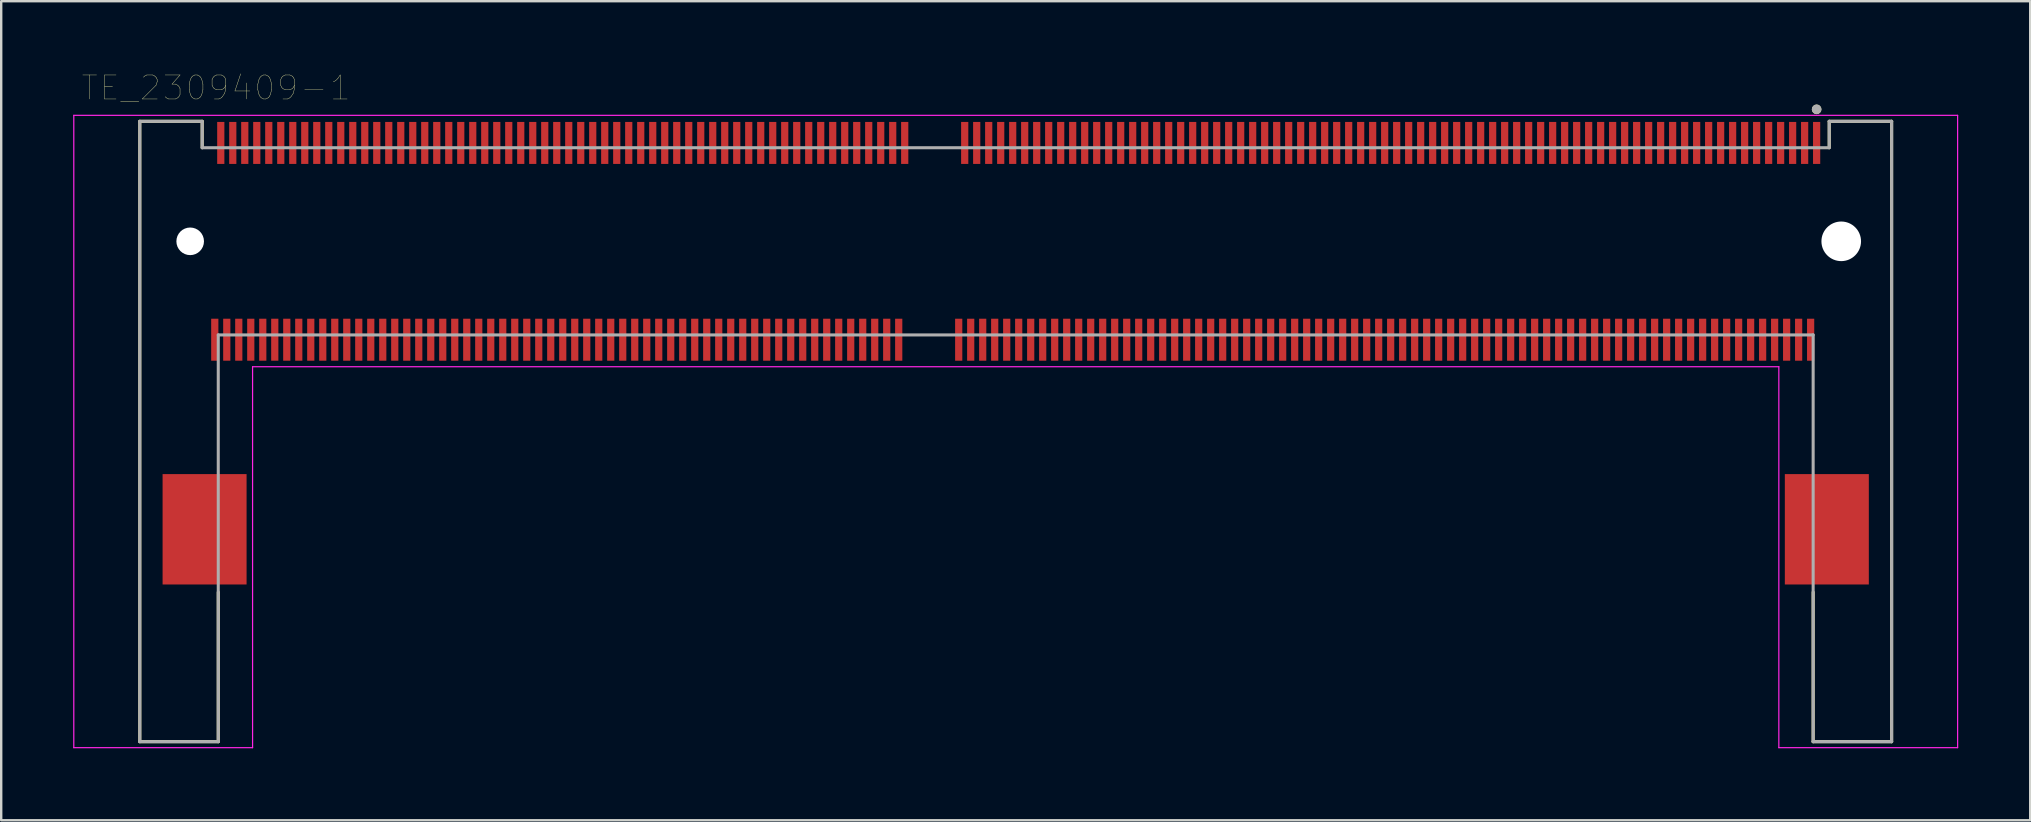
<source format=kicad_pcb>
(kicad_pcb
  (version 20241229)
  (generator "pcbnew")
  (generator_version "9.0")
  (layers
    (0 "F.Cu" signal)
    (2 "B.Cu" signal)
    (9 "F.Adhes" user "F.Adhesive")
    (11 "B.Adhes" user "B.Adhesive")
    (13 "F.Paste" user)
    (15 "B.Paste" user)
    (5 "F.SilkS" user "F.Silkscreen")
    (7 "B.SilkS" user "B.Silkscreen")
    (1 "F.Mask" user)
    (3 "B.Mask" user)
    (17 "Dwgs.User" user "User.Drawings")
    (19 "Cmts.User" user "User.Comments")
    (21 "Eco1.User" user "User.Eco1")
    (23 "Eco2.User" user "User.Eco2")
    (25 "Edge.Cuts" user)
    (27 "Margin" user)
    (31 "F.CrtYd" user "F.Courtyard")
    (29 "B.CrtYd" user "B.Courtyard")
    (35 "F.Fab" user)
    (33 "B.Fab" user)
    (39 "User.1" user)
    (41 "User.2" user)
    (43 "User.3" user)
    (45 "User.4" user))
  (footprint "TE_2309409-1"
    (layer "F.Cu")
    (at 35.775 7.006)
    (property "Reference" "TE_2309409-1" (at -29.821 -6.394 0) (layer "F.SilkS") (effects (font (size 1.001 1.001) (thickness 0.015))))
    (attr through_hole)
    (fp_line (start -33 -5) (end -33 20.85) (stroke (width 0.127) (type solid)) (layer "F.SilkS"))
    (fp_line (start -33 20.85) (end -29.73 20.85) (stroke (width 0.127) (type solid)) (layer "F.SilkS"))
    (fp_line (start -30.4 -5) (end -33 -5) (stroke (width 0.127) (type solid)) (layer "F.SilkS"))
    (fp_line (start -30.4 -3.9) (end -30.4 -5) (stroke (width 0.127) (type solid)) (layer "F.SilkS"))
    (fp_line (start -29.73 20.85) (end -29.73 14.62) (stroke (width 0.127) (type solid)) (layer "F.SilkS"))
    (fp_line (start 36.73 20.85) (end 36.73 14.62) (stroke (width 0.127) (type solid)) (layer "F.SilkS"))
    (fp_line (start 37.4 -5) (end 40 -5) (stroke (width 0.127) (type solid)) (layer "F.SilkS"))
    (fp_line (start 37.4 -3.9) (end 37.4 -5) (stroke (width 0.127) (type solid)) (layer "F.SilkS"))
    (fp_line (start 40 -5) (end 40 20.85) (stroke (width 0.127) (type solid)) (layer "F.SilkS"))
    (fp_line (start 40 20.85) (end 36.73 20.85) (stroke (width 0.127) (type solid)) (layer "F.SilkS"))
    (fp_circle (center 36.875 -5.5) (end 36.975 -5.5) (stroke (width 0.2) (type solid)) (fill no) (layer "F.SilkS"))
    (fp_line (start -35.75 -5.25) (end 42.75 -5.25) (stroke (width 0.05) (type solid)) (layer "F.CrtYd"))
    (fp_line (start -35.75 21.1) (end -35.75 -5.25) (stroke (width 0.05) (type solid)) (layer "F.CrtYd"))
    (fp_line (start -28.3 5.225) (end -28.3 21.1) (stroke (width 0.05) (type solid)) (layer "F.CrtYd"))
    (fp_line (start -28.3 21.1) (end -35.75 21.1) (stroke (width 0.05) (type solid)) (layer "F.CrtYd"))
    (fp_line (start 35.3 5.225) (end -28.3 5.225) (stroke (width 0.05) (type solid)) (layer "F.CrtYd"))
    (fp_line (start 35.3 21.1) (end 35.3 5.225) (stroke (width 0.05) (type solid)) (layer "F.CrtYd"))
    (fp_line (start 42.75 -5.25) (end 42.75 21.1) (stroke (width 0.05) (type solid)) (layer "F.CrtYd"))
    (fp_line (start 42.75 21.1) (end 35.3 21.1) (stroke (width 0.05) (type solid)) (layer "F.CrtYd"))
    (fp_line (start -33 -5) (end -33 20.85) (stroke (width 0.127) (type solid)) (layer "F.Fab"))
    (fp_line (start -33 -5) (end -30.4 -5) (stroke (width 0.127) (type solid)) (layer "F.Fab"))
    (fp_line (start -33 20.85) (end -29.73 20.85) (stroke (width 0.127) (type solid)) (layer "F.Fab"))
    (fp_line (start -30.4 -5) (end -30.4 -3.9) (stroke (width 0.127) (type solid)) (layer "F.Fab"))
    (fp_line (start -30.4 -3.9) (end 37.4 -3.9) (stroke (width 0.127) (type solid)) (layer "F.Fab"))
    (fp_line (start -29.73 3.9) (end 36.73 3.9) (stroke (width 0.127) (type solid)) (layer "F.Fab"))
    (fp_line (start -29.73 20.85) (end -29.73 3.9) (stroke (width 0.127) (type solid)) (layer "F.Fab"))
    (fp_line (start 36.73 3.9) (end 36.73 20.85) (stroke (width 0.127) (type solid)) (layer "F.Fab"))
    (fp_line (start 36.73 20.85) (end 40 20.85) (stroke (width 0.127) (type solid)) (layer "F.Fab"))
    (fp_line (start 37.4 -5) (end 40 -5) (stroke (width 0.127) (type solid)) (layer "F.Fab"))
    (fp_line (start 37.4 -3.9) (end 37.4 -5) (stroke (width 0.127) (type solid)) (layer "F.Fab"))
    (fp_line (start 40 20.85) (end 40 -5) (stroke (width 0.127) (type solid)) (layer "F.Fab"))
    (fp_circle (center 36.875 -5.5) (end 36.975 -5.5) (stroke (width 0.2) (type solid)) (fill no) (layer "F.Fab"))
    (pad "" np_thru_hole circle (at -30.9 0) (size 1.15 1.15) (drill 1.15) (layers "*.Cu" "*.Mask"))
    (pad "" np_thru_hole circle (at 37.9 0) (size 1.65 1.65) (drill 1.65) (layers "*.Cu" "*.Mask"))
    (pad "1" smd rect (at 36.875 -4.1) (size 0.3 1.75) (layers "F.Cu" "F.Mask" "F.Paste"))
    (pad "2" smd rect (at 36.625 4.1) (size 0.3 1.75) (layers "F.Cu" "F.Mask" "F.Paste"))
    (pad "3" smd rect (at 36.375 -4.1) (size 0.3 1.75) (layers "F.Cu" "F.Mask" "F.Paste"))
    (pad "4" smd rect (at 36.125 4.1) (size 0.3 1.75) (layers "F.Cu" "F.Mask" "F.Paste"))
    (pad "5" smd rect (at 35.875 -4.1) (size 0.3 1.75) (layers "F.Cu" "F.Mask" "F.Paste"))
    (pad "6" smd rect (at 35.625 4.1) (size 0.3 1.75) (layers "F.Cu" "F.Mask" "F.Paste"))
    (pad "7" smd rect (at 35.375 -4.1) (size 0.3 1.75) (layers "F.Cu" "F.Mask" "F.Paste"))
    (pad "8" smd rect (at 35.125 4.1) (size 0.3 1.75) (layers "F.Cu" "F.Mask" "F.Paste"))
    (pad "9" smd rect (at 34.875 -4.1) (size 0.3 1.75) (layers "F.Cu" "F.Mask" "F.Paste"))
    (pad "10" smd rect (at 34.625 4.1) (size 0.3 1.75) (layers "F.Cu" "F.Mask" "F.Paste"))
    (pad "11" smd rect (at 34.375 -4.1) (size 0.3 1.75) (layers "F.Cu" "F.Mask" "F.Paste"))
    (pad "12" smd rect (at 34.125 4.1) (size 0.3 1.75) (layers "F.Cu" "F.Mask" "F.Paste"))
    (pad "13" smd rect (at 33.875 -4.1) (size 0.3 1.75) (layers "F.Cu" "F.Mask" "F.Paste"))
    (pad "14" smd rect (at 33.625 4.1) (size 0.3 1.75) (layers "F.Cu" "F.Mask" "F.Paste"))
    (pad "15" smd rect (at 33.375 -4.1) (size 0.3 1.75) (layers "F.Cu" "F.Mask" "F.Paste"))
    (pad "16" smd rect (at 33.125 4.1) (size 0.3 1.75) (layers "F.Cu" "F.Mask" "F.Paste"))
    (pad "17" smd rect (at 32.875 -4.1) (size 0.3 1.75) (layers "F.Cu" "F.Mask" "F.Paste"))
    (pad "18" smd rect (at 32.625 4.1) (size 0.3 1.75) (layers "F.Cu" "F.Mask" "F.Paste"))
    (pad "19" smd rect (at 32.375 -4.1) (size 0.3 1.75) (layers "F.Cu" "F.Mask" "F.Paste"))
    (pad "20" smd rect (at 32.125 4.1) (size 0.3 1.75) (layers "F.Cu" "F.Mask" "F.Paste"))
    (pad "21" smd rect (at 31.875 -4.1) (size 0.3 1.75) (layers "F.Cu" "F.Mask" "F.Paste"))
    (pad "22" smd rect (at 31.625 4.1) (size 0.3 1.75) (layers "F.Cu" "F.Mask" "F.Paste"))
    (pad "23" smd rect (at 31.375 -4.1) (size 0.3 1.75) (layers "F.Cu" "F.Mask" "F.Paste"))
    (pad "24" smd rect (at 31.125 4.1) (size 0.3 1.75) (layers "F.Cu" "F.Mask" "F.Paste"))
    (pad "25" smd rect (at 30.875 -4.1) (size 0.3 1.75) (layers "F.Cu" "F.Mask" "F.Paste"))
    (pad "26" smd rect (at 30.625 4.1) (size 0.3 1.75) (layers "F.Cu" "F.Mask" "F.Paste"))
    (pad "27" smd rect (at 30.375 -4.1) (size 0.3 1.75) (layers "F.Cu" "F.Mask" "F.Paste"))
    (pad "28" smd rect (at 30.125 4.1) (size 0.3 1.75) (layers "F.Cu" "F.Mask" "F.Paste"))
    (pad "29" smd rect (at 29.875 -4.1) (size 0.3 1.75) (layers "F.Cu" "F.Mask" "F.Paste"))
    (pad "30" smd rect (at 29.625 4.1) (size 0.3 1.75) (layers "F.Cu" "F.Mask" "F.Paste"))
    (pad "31" smd rect (at 29.375 -4.1) (size 0.3 1.75) (layers "F.Cu" "F.Mask" "F.Paste"))
    (pad "32" smd rect (at 29.125 4.1) (size 0.3 1.75) (layers "F.Cu" "F.Mask" "F.Paste"))
    (pad "33" smd rect (at 28.875 -4.1) (size 0.3 1.75) (layers "F.Cu" "F.Mask" "F.Paste"))
    (pad "34" smd rect (at 28.625 4.1) (size 0.3 1.75) (layers "F.Cu" "F.Mask" "F.Paste"))
    (pad "35" smd rect (at 28.375 -4.1) (size 0.3 1.75) (layers "F.Cu" "F.Mask" "F.Paste"))
    (pad "36" smd rect (at 28.125 4.1) (size 0.3 1.75) (layers "F.Cu" "F.Mask" "F.Paste"))
    (pad "37" smd rect (at 27.875 -4.1) (size 0.3 1.75) (layers "F.Cu" "F.Mask" "F.Paste"))
    (pad "38" smd rect (at 27.625 4.1) (size 0.3 1.75) (layers "F.Cu" "F.Mask" "F.Paste"))
    (pad "39" smd rect (at 27.375 -4.1) (size 0.3 1.75) (layers "F.Cu" "F.Mask" "F.Paste"))
    (pad "40" smd rect (at 27.125 4.1) (size 0.3 1.75) (layers "F.Cu" "F.Mask" "F.Paste"))
    (pad "41" smd rect (at 26.875 -4.1) (size 0.3 1.75) (layers "F.Cu" "F.Mask" "F.Paste"))
    (pad "42" smd rect (at 26.625 4.1) (size 0.3 1.75) (layers "F.Cu" "F.Mask" "F.Paste"))
    (pad "43" smd rect (at 26.375 -4.1) (size 0.3 1.75) (layers "F.Cu" "F.Mask" "F.Paste"))
    (pad "44" smd rect (at 26.125 4.1) (size 0.3 1.75) (layers "F.Cu" "F.Mask" "F.Paste"))
    (pad "45" smd rect (at 25.875 -4.1) (size 0.3 1.75) (layers "F.Cu" "F.Mask" "F.Paste"))
    (pad "46" smd rect (at 25.625 4.1) (size 0.3 1.75) (layers "F.Cu" "F.Mask" "F.Paste"))
    (pad "47" smd rect (at 25.375 -4.1) (size 0.3 1.75) (layers "F.Cu" "F.Mask" "F.Paste"))
    (pad "48" smd rect (at 25.125 4.1) (size 0.3 1.75) (layers "F.Cu" "F.Mask" "F.Paste"))
    (pad "49" smd rect (at 24.875 -4.1) (size 0.3 1.75) (layers "F.Cu" "F.Mask" "F.Paste"))
    (pad "50" smd rect (at 24.625 4.1) (size 0.3 1.75) (layers "F.Cu" "F.Mask" "F.Paste"))
    (pad "51" smd rect (at 24.375 -4.1) (size 0.3 1.75) (layers "F.Cu" "F.Mask" "F.Paste"))
    (pad "52" smd rect (at 24.125 4.1) (size 0.3 1.75) (layers "F.Cu" "F.Mask" "F.Paste"))
    (pad "53" smd rect (at 23.875 -4.1) (size 0.3 1.75) (layers "F.Cu" "F.Mask" "F.Paste"))
    (pad "54" smd rect (at 23.625 4.1) (size 0.3 1.75) (layers "F.Cu" "F.Mask" "F.Paste"))
    (pad "55" smd rect (at 23.375 -4.1) (size 0.3 1.75) (layers "F.Cu" "F.Mask" "F.Paste"))
    (pad "56" smd rect (at 23.125 4.1) (size 0.3 1.75) (layers "F.Cu" "F.Mask" "F.Paste"))
    (pad "57" smd rect (at 22.875 -4.1) (size 0.3 1.75) (layers "F.Cu" "F.Mask" "F.Paste"))
    (pad "58" smd rect (at 22.625 4.1) (size 0.3 1.75) (layers "F.Cu" "F.Mask" "F.Paste"))
    (pad "59" smd rect (at 22.375 -4.1) (size 0.3 1.75) (layers "F.Cu" "F.Mask" "F.Paste"))
    (pad "60" smd rect (at 22.125 4.1) (size 0.3 1.75) (layers "F.Cu" "F.Mask" "F.Paste"))
    (pad "61" smd rect (at 21.875 -4.1) (size 0.3 1.75) (layers "F.Cu" "F.Mask" "F.Paste"))
    (pad "62" smd rect (at 21.625 4.1) (size 0.3 1.75) (layers "F.Cu" "F.Mask" "F.Paste"))
    (pad "63" smd rect (at 21.375 -4.1) (size 0.3 1.75) (layers "F.Cu" "F.Mask" "F.Paste"))
    (pad "64" smd rect (at 21.125 4.1) (size 0.3 1.75) (layers "F.Cu" "F.Mask" "F.Paste"))
    (pad "65" smd rect (at 20.875 -4.1) (size 0.3 1.75) (layers "F.Cu" "F.Mask" "F.Paste"))
    (pad "66" smd rect (at 20.625 4.1) (size 0.3 1.75) (layers "F.Cu" "F.Mask" "F.Paste"))
    (pad "67" smd rect (at 20.375 -4.1) (size 0.3 1.75) (layers "F.Cu" "F.Mask" "F.Paste"))
    (pad "68" smd rect (at 20.125 4.1) (size 0.3 1.75) (layers "F.Cu" "F.Mask" "F.Paste"))
    (pad "69" smd rect (at 19.875 -4.1) (size 0.3 1.75) (layers "F.Cu" "F.Mask" "F.Paste"))
    (pad "70" smd rect (at 19.625 4.1) (size 0.3 1.75) (layers "F.Cu" "F.Mask" "F.Paste"))
    (pad "71" smd rect (at 19.375 -4.1) (size 0.3 1.75) (layers "F.Cu" "F.Mask" "F.Paste"))
    (pad "72" smd rect (at 19.125 4.1) (size 0.3 1.75) (layers "F.Cu" "F.Mask" "F.Paste"))
    (pad "73" smd rect (at 18.875 -4.1) (size 0.3 1.75) (layers "F.Cu" "F.Mask" "F.Paste"))
    (pad "74" smd rect (at 18.625 4.1) (size 0.3 1.75) (layers "F.Cu" "F.Mask" "F.Paste"))
    (pad "75" smd rect (at 18.375 -4.1) (size 0.3 1.75) (layers "F.Cu" "F.Mask" "F.Paste"))
    (pad "76" smd rect (at 18.125 4.1) (size 0.3 1.75) (layers "F.Cu" "F.Mask" "F.Paste"))
    (pad "77" smd rect (at 17.875 -4.1) (size 0.3 1.75) (layers "F.Cu" "F.Mask" "F.Paste"))
    (pad "78" smd rect (at 17.625 4.1) (size 0.3 1.75) (layers "F.Cu" "F.Mask" "F.Paste"))
    (pad "79" smd rect (at 17.375 -4.1) (size 0.3 1.75) (layers "F.Cu" "F.Mask" "F.Paste"))
    (pad "80" smd rect (at 17.125 4.1) (size 0.3 1.75) (layers "F.Cu" "F.Mask" "F.Paste"))
    (pad "81" smd rect (at 16.875 -4.1) (size 0.3 1.75) (layers "F.Cu" "F.Mask" "F.Paste"))
    (pad "82" smd rect (at 16.625 4.1) (size 0.3 1.75) (layers "F.Cu" "F.Mask" "F.Paste"))
    (pad "83" smd rect (at 16.375 -4.1) (size 0.3 1.75) (layers "F.Cu" "F.Mask" "F.Paste"))
    (pad "84" smd rect (at 16.125 4.1) (size 0.3 1.75) (layers "F.Cu" "F.Mask" "F.Paste"))
    (pad "85" smd rect (at 15.875 -4.1) (size 0.3 1.75) (layers "F.Cu" "F.Mask" "F.Paste"))
    (pad "86" smd rect (at 15.625 4.1) (size 0.3 1.75) (layers "F.Cu" "F.Mask" "F.Paste"))
    (pad "87" smd rect (at 15.375 -4.1) (size 0.3 1.75) (layers "F.Cu" "F.Mask" "F.Paste"))
    (pad "88" smd rect (at 15.125 4.1) (size 0.3 1.75) (layers "F.Cu" "F.Mask" "F.Paste"))
    (pad "89" smd rect (at 14.875 -4.1) (size 0.3 1.75) (layers "F.Cu" "F.Mask" "F.Paste"))
    (pad "90" smd rect (at 14.625 4.1) (size 0.3 1.75) (layers "F.Cu" "F.Mask" "F.Paste"))
    (pad "91" smd rect (at 14.375 -4.1) (size 0.3 1.75) (layers "F.Cu" "F.Mask" "F.Paste"))
    (pad "92" smd rect (at 14.125 4.1) (size 0.3 1.75) (layers "F.Cu" "F.Mask" "F.Paste"))
    (pad "93" smd rect (at 13.875 -4.1) (size 0.3 1.75) (layers "F.Cu" "F.Mask" "F.Paste"))
    (pad "94" smd rect (at 13.625 4.1) (size 0.3 1.75) (layers "F.Cu" "F.Mask" "F.Paste"))
    (pad "95" smd rect (at 13.375 -4.1) (size 0.3 1.75) (layers "F.Cu" "F.Mask" "F.Paste"))
    (pad "96" smd rect (at 13.125 4.1) (size 0.3 1.75) (layers "F.Cu" "F.Mask" "F.Paste"))
    (pad "97" smd rect (at 12.875 -4.1) (size 0.3 1.75) (layers "F.Cu" "F.Mask" "F.Paste"))
    (pad "98" smd rect (at 12.625 4.1) (size 0.3 1.75) (layers "F.Cu" "F.Mask" "F.Paste"))
    (pad "99" smd rect (at 12.375 -4.1) (size 0.3 1.75) (layers "F.Cu" "F.Mask" "F.Paste"))
    (pad "100" smd rect (at 12.125 4.1) (size 0.3 1.75) (layers "F.Cu" "F.Mask" "F.Paste"))
    (pad "101" smd rect (at 11.875 -4.1) (size 0.3 1.75) (layers "F.Cu" "F.Mask" "F.Paste"))
    (pad "102" smd rect (at 11.625 4.1) (size 0.3 1.75) (layers "F.Cu" "F.Mask" "F.Paste"))
    (pad "103" smd rect (at 11.375 -4.1) (size 0.3 1.75) (layers "F.Cu" "F.Mask" "F.Paste"))
    (pad "104" smd rect (at 11.125 4.1) (size 0.3 1.75) (layers "F.Cu" "F.Mask" "F.Paste"))
    (pad "105" smd rect (at 10.875 -4.1) (size 0.3 1.75) (layers "F.Cu" "F.Mask" "F.Paste"))
    (pad "106" smd rect (at 10.625 4.1) (size 0.3 1.75) (layers "F.Cu" "F.Mask" "F.Paste"))
    (pad "107" smd rect (at 10.375 -4.1) (size 0.3 1.75) (layers "F.Cu" "F.Mask" "F.Paste"))
    (pad "108" smd rect (at 10.125 4.1) (size 0.3 1.75) (layers "F.Cu" "F.Mask" "F.Paste"))
    (pad "109" smd rect (at 9.875 -4.1) (size 0.3 1.75) (layers "F.Cu" "F.Mask" "F.Paste"))
    (pad "110" smd rect (at 9.625 4.1) (size 0.3 1.75) (layers "F.Cu" "F.Mask" "F.Paste"))
    (pad "111" smd rect (at 9.375 -4.1) (size 0.3 1.75) (layers "F.Cu" "F.Mask" "F.Paste"))
    (pad "112" smd rect (at 9.125 4.1) (size 0.3 1.75) (layers "F.Cu" "F.Mask" "F.Paste"))
    (pad "113" smd rect (at 8.875 -4.1) (size 0.3 1.75) (layers "F.Cu" "F.Mask" "F.Paste"))
    (pad "114" smd rect (at 8.625 4.1) (size 0.3 1.75) (layers "F.Cu" "F.Mask" "F.Paste"))
    (pad "115" smd rect (at 8.375 -4.1) (size 0.3 1.75) (layers "F.Cu" "F.Mask" "F.Paste"))
    (pad "116" smd rect (at 8.125 4.1) (size 0.3 1.75) (layers "F.Cu" "F.Mask" "F.Paste"))
    (pad "117" smd rect (at 7.875 -4.1) (size 0.3 1.75) (layers "F.Cu" "F.Mask" "F.Paste"))
    (pad "118" smd rect (at 7.625 4.1) (size 0.3 1.75) (layers "F.Cu" "F.Mask" "F.Paste"))
    (pad "119" smd rect (at 7.375 -4.1) (size 0.3 1.75) (layers "F.Cu" "F.Mask" "F.Paste"))
    (pad "120" smd rect (at 7.125 4.1) (size 0.3 1.75) (layers "F.Cu" "F.Mask" "F.Paste"))
    (pad "121" smd rect (at 6.875 -4.1) (size 0.3 1.75) (layers "F.Cu" "F.Mask" "F.Paste"))
    (pad "122" smd rect (at 6.625 4.1) (size 0.3 1.75) (layers "F.Cu" "F.Mask" "F.Paste"))
    (pad "123" smd rect (at 6.375 -4.1) (size 0.3 1.75) (layers "F.Cu" "F.Mask" "F.Paste"))
    (pad "124" smd rect (at 6.125 4.1) (size 0.3 1.75) (layers "F.Cu" "F.Mask" "F.Paste"))
    (pad "125" smd rect (at 5.875 -4.1) (size 0.3 1.75) (layers "F.Cu" "F.Mask" "F.Paste"))
    (pad "126" smd rect (at 5.625 4.1) (size 0.3 1.75) (layers "F.Cu" "F.Mask" "F.Paste"))
    (pad "127" smd rect (at 5.375 -4.1) (size 0.3 1.75) (layers "F.Cu" "F.Mask" "F.Paste"))
    (pad "128" smd rect (at 5.125 4.1) (size 0.3 1.75) (layers "F.Cu" "F.Mask" "F.Paste"))
    (pad "129" smd rect (at 4.875 -4.1) (size 0.3 1.75) (layers "F.Cu" "F.Mask" "F.Paste"))
    (pad "130" smd rect (at 4.625 4.1) (size 0.3 1.75) (layers "F.Cu" "F.Mask" "F.Paste"))
    (pad "131" smd rect (at 4.375 -4.1) (size 0.3 1.75) (layers "F.Cu" "F.Mask" "F.Paste"))
    (pad "132" smd rect (at 4.125 4.1) (size 0.3 1.75) (layers "F.Cu" "F.Mask" "F.Paste"))
    (pad "133" smd rect (at 3.875 -4.1) (size 0.3 1.75) (layers "F.Cu" "F.Mask" "F.Paste"))
    (pad "134" smd rect (at 3.625 4.1) (size 0.3 1.75) (layers "F.Cu" "F.Mask" "F.Paste"))
    (pad "135" smd rect (at 3.375 -4.1) (size 0.3 1.75) (layers "F.Cu" "F.Mask" "F.Paste"))
    (pad "136" smd rect (at 3.125 4.1) (size 0.3 1.75) (layers "F.Cu" "F.Mask" "F.Paste"))
    (pad "137" smd rect (at 2.875 -4.1) (size 0.3 1.75) (layers "F.Cu" "F.Mask" "F.Paste"))
    (pad "138" smd rect (at 2.625 4.1) (size 0.3 1.75) (layers "F.Cu" "F.Mask" "F.Paste"))
    (pad "139" smd rect (at 2.375 -4.1) (size 0.3 1.75) (layers "F.Cu" "F.Mask" "F.Paste"))
    (pad "140" smd rect (at 2.125 4.1) (size 0.3 1.75) (layers "F.Cu" "F.Mask" "F.Paste"))
    (pad "141" smd rect (at 1.875 -4.1) (size 0.3 1.75) (layers "F.Cu" "F.Mask" "F.Paste"))
    (pad "142" smd rect (at 1.625 4.1) (size 0.3 1.75) (layers "F.Cu" "F.Mask" "F.Paste"))
    (pad "143" smd rect (at 1.375 -4.1) (size 0.3 1.75) (layers "F.Cu" "F.Mask" "F.Paste"))
    (pad "144" smd rect (at 1.125 4.1) (size 0.3 1.75) (layers "F.Cu" "F.Mask" "F.Paste"))
    (pad "145" smd rect (at -1.125 -4.1) (size 0.3 1.75) (layers "F.Cu" "F.Mask" "F.Paste"))
    (pad "146" smd rect (at -1.375 4.1) (size 0.3 1.75) (layers "F.Cu" "F.Mask" "F.Paste"))
    (pad "147" smd rect (at -1.625 -4.1) (size 0.3 1.75) (layers "F.Cu" "F.Mask" "F.Paste"))
    (pad "148" smd rect (at -1.875 4.1) (size 0.3 1.75) (layers "F.Cu" "F.Mask" "F.Paste"))
    (pad "149" smd rect (at -2.125 -4.1) (size 0.3 1.75) (layers "F.Cu" "F.Mask" "F.Paste"))
    (pad "150" smd rect (at -2.375 4.1) (size 0.3 1.75) (layers "F.Cu" "F.Mask" "F.Paste"))
    (pad "151" smd rect (at -2.625 -4.1) (size 0.3 1.75) (layers "F.Cu" "F.Mask" "F.Paste"))
    (pad "152" smd rect (at -2.875 4.1) (size 0.3 1.75) (layers "F.Cu" "F.Mask" "F.Paste"))
    (pad "153" smd rect (at -3.125 -4.1) (size 0.3 1.75) (layers "F.Cu" "F.Mask" "F.Paste"))
    (pad "154" smd rect (at -3.375 4.1) (size 0.3 1.75) (layers "F.Cu" "F.Mask" "F.Paste"))
    (pad "155" smd rect (at -3.625 -4.1) (size 0.3 1.75) (layers "F.Cu" "F.Mask" "F.Paste"))
    (pad "156" smd rect (at -3.875 4.1) (size 0.3 1.75) (layers "F.Cu" "F.Mask" "F.Paste"))
    (pad "157" smd rect (at -4.125 -4.1) (size 0.3 1.75) (layers "F.Cu" "F.Mask" "F.Paste"))
    (pad "158" smd rect (at -4.375 4.1) (size 0.3 1.75) (layers "F.Cu" "F.Mask" "F.Paste"))
    (pad "159" smd rect (at -4.625 -4.1) (size 0.3 1.75) (layers "F.Cu" "F.Mask" "F.Paste"))
    (pad "160" smd rect (at -4.875 4.1) (size 0.3 1.75) (layers "F.Cu" "F.Mask" "F.Paste"))
    (pad "161" smd rect (at -5.125 -4.1) (size 0.3 1.75) (layers "F.Cu" "F.Mask" "F.Paste"))
    (pad "162" smd rect (at -5.375 4.1) (size 0.3 1.75) (layers "F.Cu" "F.Mask" "F.Paste"))
    (pad "163" smd rect (at -5.625 -4.1) (size 0.3 1.75) (layers "F.Cu" "F.Mask" "F.Paste"))
    (pad "164" smd rect (at -5.875 4.1) (size 0.3 1.75) (layers "F.Cu" "F.Mask" "F.Paste"))
    (pad "165" smd rect (at -6.125 -4.1) (size 0.3 1.75) (layers "F.Cu" "F.Mask" "F.Paste"))
    (pad "166" smd rect (at -6.375 4.1) (size 0.3 1.75) (layers "F.Cu" "F.Mask" "F.Paste"))
    (pad "167" smd rect (at -6.625 -4.1) (size 0.3 1.75) (layers "F.Cu" "F.Mask" "F.Paste"))
    (pad "168" smd rect (at -6.875 4.1) (size 0.3 1.75) (layers "F.Cu" "F.Mask" "F.Paste"))
    (pad "169" smd rect (at -7.125 -4.1) (size 0.3 1.75) (layers "F.Cu" "F.Mask" "F.Paste"))
    (pad "170" smd rect (at -7.375 4.1) (size 0.3 1.75) (layers "F.Cu" "F.Mask" "F.Paste"))
    (pad "171" smd rect (at -7.625 -4.1) (size 0.3 1.75) (layers "F.Cu" "F.Mask" "F.Paste"))
    (pad "172" smd rect (at -7.875 4.1) (size 0.3 1.75) (layers "F.Cu" "F.Mask" "F.Paste"))
    (pad "173" smd rect (at -8.125 -4.1) (size 0.3 1.75) (layers "F.Cu" "F.Mask" "F.Paste"))
    (pad "174" smd rect (at -8.375 4.1) (size 0.3 1.75) (layers "F.Cu" "F.Mask" "F.Paste"))
    (pad "175" smd rect (at -8.625 -4.1) (size 0.3 1.75) (layers "F.Cu" "F.Mask" "F.Paste"))
    (pad "176" smd rect (at -8.875 4.1) (size 0.3 1.75) (layers "F.Cu" "F.Mask" "F.Paste"))
    (pad "177" smd rect (at -9.125 -4.1) (size 0.3 1.75) (layers "F.Cu" "F.Mask" "F.Paste"))
    (pad "178" smd rect (at -9.375 4.1) (size 0.3 1.75) (layers "F.Cu" "F.Mask" "F.Paste"))
    (pad "179" smd rect (at -9.625 -4.1) (size 0.3 1.75) (layers "F.Cu" "F.Mask" "F.Paste"))
    (pad "180" smd rect (at -9.875 4.1) (size 0.3 1.75) (layers "F.Cu" "F.Mask" "F.Paste"))
    (pad "181" smd rect (at -10.125 -4.1) (size 0.3 1.75) (layers "F.Cu" "F.Mask" "F.Paste"))
    (pad "182" smd rect (at -10.375 4.1) (size 0.3 1.75) (layers "F.Cu" "F.Mask" "F.Paste"))
    (pad "183" smd rect (at -10.625 -4.1) (size 0.3 1.75) (layers "F.Cu" "F.Mask" "F.Paste"))
    (pad "184" smd rect (at -10.875 4.1) (size 0.3 1.75) (layers "F.Cu" "F.Mask" "F.Paste"))
    (pad "185" smd rect (at -11.125 -4.1) (size 0.3 1.75) (layers "F.Cu" "F.Mask" "F.Paste"))
    (pad "186" smd rect (at -11.375 4.1) (size 0.3 1.75) (layers "F.Cu" "F.Mask" "F.Paste"))
    (pad "187" smd rect (at -11.625 -4.1) (size 0.3 1.75) (layers "F.Cu" "F.Mask" "F.Paste"))
    (pad "188" smd rect (at -11.875 4.1) (size 0.3 1.75) (layers "F.Cu" "F.Mask" "F.Paste"))
    (pad "189" smd rect (at -12.125 -4.1) (size 0.3 1.75) (layers "F.Cu" "F.Mask" "F.Paste"))
    (pad "190" smd rect (at -12.375 4.1) (size 0.3 1.75) (layers "F.Cu" "F.Mask" "F.Paste"))
    (pad "191" smd rect (at -12.625 -4.1) (size 0.3 1.75) (layers "F.Cu" "F.Mask" "F.Paste"))
    (pad "192" smd rect (at -12.875 4.1) (size 0.3 1.75) (layers "F.Cu" "F.Mask" "F.Paste"))
    (pad "193" smd rect (at -13.125 -4.1) (size 0.3 1.75) (layers "F.Cu" "F.Mask" "F.Paste"))
    (pad "194" smd rect (at -13.375 4.1) (size 0.3 1.75) (layers "F.Cu" "F.Mask" "F.Paste"))
    (pad "195" smd rect (at -13.625 -4.1) (size 0.3 1.75) (layers "F.Cu" "F.Mask" "F.Paste"))
    (pad "196" smd rect (at -13.875 4.1) (size 0.3 1.75) (layers "F.Cu" "F.Mask" "F.Paste"))
    (pad "197" smd rect (at -14.125 -4.1) (size 0.3 1.75) (layers "F.Cu" "F.Mask" "F.Paste"))
    (pad "198" smd rect (at -14.375 4.1) (size 0.3 1.75) (layers "F.Cu" "F.Mask" "F.Paste"))
    (pad "199" smd rect (at -14.625 -4.1) (size 0.3 1.75) (layers "F.Cu" "F.Mask" "F.Paste"))
    (pad "200" smd rect (at -14.875 4.1) (size 0.3 1.75) (layers "F.Cu" "F.Mask" "F.Paste"))
    (pad "201" smd rect (at -15.125 -4.1) (size 0.3 1.75) (layers "F.Cu" "F.Mask" "F.Paste"))
    (pad "202" smd rect (at -15.375 4.1) (size 0.3 1.75) (layers "F.Cu" "F.Mask" "F.Paste"))
    (pad "203" smd rect (at -15.625 -4.1) (size 0.3 1.75) (layers "F.Cu" "F.Mask" "F.Paste"))
    (pad "204" smd rect (at -15.875 4.1) (size 0.3 1.75) (layers "F.Cu" "F.Mask" "F.Paste"))
    (pad "205" smd rect (at -16.125 -4.1) (size 0.3 1.75) (layers "F.Cu" "F.Mask" "F.Paste"))
    (pad "206" smd rect (at -16.375 4.1) (size 0.3 1.75) (layers "F.Cu" "F.Mask" "F.Paste"))
    (pad "207" smd rect (at -16.625 -4.1) (size 0.3 1.75) (layers "F.Cu" "F.Mask" "F.Paste"))
    (pad "208" smd rect (at -16.875 4.1) (size 0.3 1.75) (layers "F.Cu" "F.Mask" "F.Paste"))
    (pad "209" smd rect (at -17.125 -4.1) (size 0.3 1.75) (layers "F.Cu" "F.Mask" "F.Paste"))
    (pad "210" smd rect (at -17.375 4.1) (size 0.3 1.75) (layers "F.Cu" "F.Mask" "F.Paste"))
    (pad "211" smd rect (at -17.625 -4.1) (size 0.3 1.75) (layers "F.Cu" "F.Mask" "F.Paste"))
    (pad "212" smd rect (at -17.875 4.1) (size 0.3 1.75) (layers "F.Cu" "F.Mask" "F.Paste"))
    (pad "213" smd rect (at -18.125 -4.1) (size 0.3 1.75) (layers "F.Cu" "F.Mask" "F.Paste"))
    (pad "214" smd rect (at -18.375 4.1) (size 0.3 1.75) (layers "F.Cu" "F.Mask" "F.Paste"))
    (pad "215" smd rect (at -18.625 -4.1) (size 0.3 1.75) (layers "F.Cu" "F.Mask" "F.Paste"))
    (pad "216" smd rect (at -18.875 4.1) (size 0.3 1.75) (layers "F.Cu" "F.Mask" "F.Paste"))
    (pad "217" smd rect (at -19.125 -4.1) (size 0.3 1.75) (layers "F.Cu" "F.Mask" "F.Paste"))
    (pad "218" smd rect (at -19.375 4.1) (size 0.3 1.75) (layers "F.Cu" "F.Mask" "F.Paste"))
    (pad "219" smd rect (at -19.625 -4.1) (size 0.3 1.75) (layers "F.Cu" "F.Mask" "F.Paste"))
    (pad "220" smd rect (at -19.875 4.1) (size 0.3 1.75) (layers "F.Cu" "F.Mask" "F.Paste"))
    (pad "221" smd rect (at -20.125 -4.1) (size 0.3 1.75) (layers "F.Cu" "F.Mask" "F.Paste"))
    (pad "222" smd rect (at -20.375 4.1) (size 0.3 1.75) (layers "F.Cu" "F.Mask" "F.Paste"))
    (pad "223" smd rect (at -20.625 -4.1) (size 0.3 1.75) (layers "F.Cu" "F.Mask" "F.Paste"))
    (pad "224" smd rect (at -20.875 4.1) (size 0.3 1.75) (layers "F.Cu" "F.Mask" "F.Paste"))
    (pad "225" smd rect (at -21.125 -4.1) (size 0.3 1.75) (layers "F.Cu" "F.Mask" "F.Paste"))
    (pad "226" smd rect (at -21.375 4.1) (size 0.3 1.75) (layers "F.Cu" "F.Mask" "F.Paste"))
    (pad "227" smd rect (at -21.625 -4.1) (size 0.3 1.75) (layers "F.Cu" "F.Mask" "F.Paste"))
    (pad "228" smd rect (at -21.875 4.1) (size 0.3 1.75) (layers "F.Cu" "F.Mask" "F.Paste"))
    (pad "229" smd rect (at -22.125 -4.1) (size 0.3 1.75) (layers "F.Cu" "F.Mask" "F.Paste"))
    (pad "230" smd rect (at -22.375 4.1) (size 0.3 1.75) (layers "F.Cu" "F.Mask" "F.Paste"))
    (pad "231" smd rect (at -22.625 -4.1) (size 0.3 1.75) (layers "F.Cu" "F.Mask" "F.Paste"))
    (pad "232" smd rect (at -22.875 4.1) (size 0.3 1.75) (layers "F.Cu" "F.Mask" "F.Paste"))
    (pad "233" smd rect (at -23.125 -4.1) (size 0.3 1.75) (layers "F.Cu" "F.Mask" "F.Paste"))
    (pad "234" smd rect (at -23.375 4.1) (size 0.3 1.75) (layers "F.Cu" "F.Mask" "F.Paste"))
    (pad "235" smd rect (at -23.625 -4.1) (size 0.3 1.75) (layers "F.Cu" "F.Mask" "F.Paste"))
    (pad "236" smd rect (at -23.875 4.1) (size 0.3 1.75) (layers "F.Cu" "F.Mask" "F.Paste"))
    (pad "237" smd rect (at -24.125 -4.1) (size 0.3 1.75) (layers "F.Cu" "F.Mask" "F.Paste"))
    (pad "238" smd rect (at -24.375 4.1) (size 0.3 1.75) (layers "F.Cu" "F.Mask" "F.Paste"))
    (pad "239" smd rect (at -24.625 -4.1) (size 0.3 1.75) (layers "F.Cu" "F.Mask" "F.Paste"))
    (pad "240" smd rect (at -24.875 4.1) (size 0.3 1.75) (layers "F.Cu" "F.Mask" "F.Paste"))
    (pad "241" smd rect (at -25.125 -4.1) (size 0.3 1.75) (layers "F.Cu" "F.Mask" "F.Paste"))
    (pad "242" smd rect (at -25.375 4.1) (size 0.3 1.75) (layers "F.Cu" "F.Mask" "F.Paste"))
    (pad "243" smd rect (at -25.625 -4.1) (size 0.3 1.75) (layers "F.Cu" "F.Mask" "F.Paste"))
    (pad "244" smd rect (at -25.875 4.1) (size 0.3 1.75) (layers "F.Cu" "F.Mask" "F.Paste"))
    (pad "245" smd rect (at -26.125 -4.1) (size 0.3 1.75) (layers "F.Cu" "F.Mask" "F.Paste"))
    (pad "246" smd rect (at -26.375 4.1) (size 0.3 1.75) (layers "F.Cu" "F.Mask" "F.Paste"))
    (pad "247" smd rect (at -26.625 -4.1) (size 0.3 1.75) (layers "F.Cu" "F.Mask" "F.Paste"))
    (pad "248" smd rect (at -26.875 4.1) (size 0.3 1.75) (layers "F.Cu" "F.Mask" "F.Paste"))
    (pad "249" smd rect (at -27.125 -4.1) (size 0.3 1.75) (layers "F.Cu" "F.Mask" "F.Paste"))
    (pad "250" smd rect (at -27.375 4.1) (size 0.3 1.75) (layers "F.Cu" "F.Mask" "F.Paste"))
    (pad "251" smd rect (at -27.625 -4.1) (size 0.3 1.75) (layers "F.Cu" "F.Mask" "F.Paste"))
    (pad "252" smd rect (at -27.875 4.1) (size 0.3 1.75) (layers "F.Cu" "F.Mask" "F.Paste"))
    (pad "253" smd rect (at -28.125 -4.1) (size 0.3 1.75) (layers "F.Cu" "F.Mask" "F.Paste"))
    (pad "254" smd rect (at -28.375 4.1) (size 0.3 1.75) (layers "F.Cu" "F.Mask" "F.Paste"))
    (pad "255" smd rect (at -28.625 -4.1) (size 0.3 1.75) (layers "F.Cu" "F.Mask" "F.Paste"))
    (pad "256" smd rect (at -28.875 4.1) (size 0.3 1.75) (layers "F.Cu" "F.Mask" "F.Paste"))
    (pad "257" smd rect (at -29.125 -4.1) (size 0.3 1.75) (layers "F.Cu" "F.Mask" "F.Paste"))
    (pad "258" smd rect (at -29.375 4.1) (size 0.3 1.75) (layers "F.Cu" "F.Mask" "F.Paste"))
    (pad "259" smd rect (at -29.625 -4.1) (size 0.3 1.75) (layers "F.Cu" "F.Mask" "F.Paste"))
    (pad "260" smd rect (at -29.875 4.1) (size 0.3 1.75) (layers "F.Cu" "F.Mask" "F.Paste"))
    (pad "S1" smd rect (at 37.3 12) (size 3.5 4.6) (layers "F.Cu" "F.Mask" "F.Paste"))
    (pad "S2" smd rect (at -30.3 12) (size 3.5 4.6) (layers "F.Cu" "F.Mask" "F.Paste")))
  (gr_rect
    (start -3 -3)
    (end 81.55 31.131)
    (stroke (width 0.1) (type default))
    (fill no)
    (layer "Edge.Cuts")))
</source>
